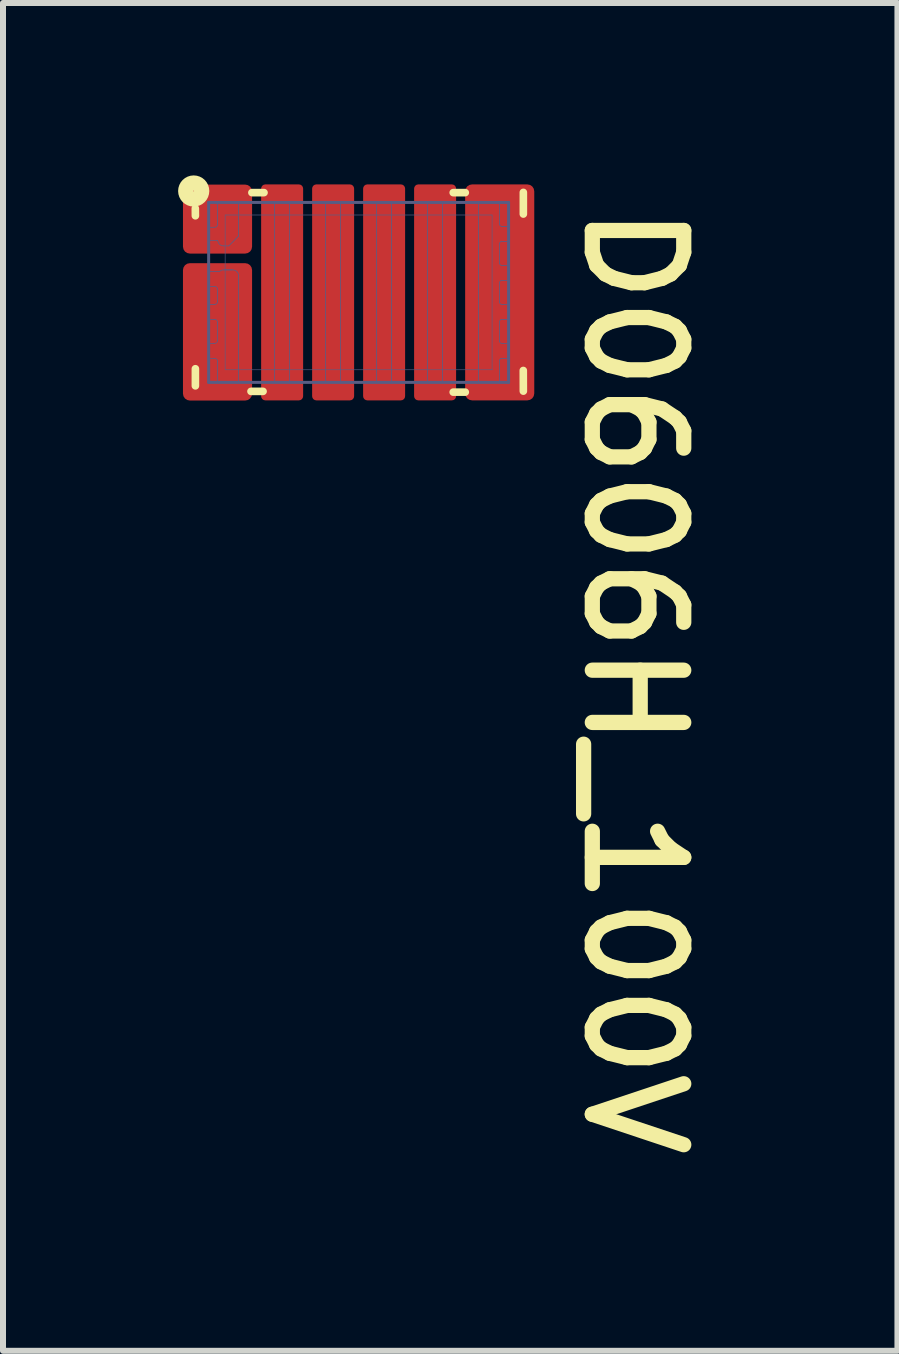
<source format=kicad_pcb>
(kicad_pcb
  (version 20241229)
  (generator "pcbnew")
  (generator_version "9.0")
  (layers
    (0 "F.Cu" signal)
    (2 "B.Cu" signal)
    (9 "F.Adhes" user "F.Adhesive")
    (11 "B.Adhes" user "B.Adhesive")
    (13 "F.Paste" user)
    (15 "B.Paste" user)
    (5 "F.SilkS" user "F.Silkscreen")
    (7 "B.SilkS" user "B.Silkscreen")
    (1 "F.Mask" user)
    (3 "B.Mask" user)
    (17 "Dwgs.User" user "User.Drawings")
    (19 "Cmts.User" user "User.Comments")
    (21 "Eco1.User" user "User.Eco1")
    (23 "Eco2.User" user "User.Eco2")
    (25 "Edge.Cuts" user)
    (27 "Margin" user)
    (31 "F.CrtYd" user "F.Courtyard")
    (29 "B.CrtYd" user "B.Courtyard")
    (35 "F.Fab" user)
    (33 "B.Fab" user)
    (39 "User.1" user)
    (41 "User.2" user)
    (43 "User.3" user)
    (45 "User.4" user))
  (footprint "D0606H_100V"
    (layer "F.Cu")
    (at 2.928 1.824)
    (property "Reference" "D0606H_100V" (at 3.696 -1.562 270) (unlocked yes) (layer "F.SilkS") (effects (font (size 1.524 1.524) (thickness 0.254)) (justify left bottom)))
    (attr smd)
    (fp_poly (pts (xy -2.656 -0.844) (xy -1.984 -0.844) (xy -1.984 -1.106) (xy -2.656 -1.106)) (stroke (width 0.087) (type solid)) (fill yes) (layer "F.Mask"))
    (fp_poly (pts (xy -2.656 -0.094) (xy -1.984 -0.094) (xy -1.984 -0.356) (xy -2.656 -0.356)) (stroke (width 0.087) (type solid)) (fill yes) (layer "F.Mask"))
    (fp_poly (pts (xy -2.656 0.456) (xy -1.984 0.456) (xy -1.984 0.194) (xy -2.656 0.194)) (stroke (width 0.087) (type solid)) (fill yes) (layer "F.Mask"))
    (fp_poly (pts (xy -2.656 1.106) (xy -1.984 1.106) (xy -1.984 0.844) (xy -2.656 0.844)) (stroke (width 0.087) (type solid)) (fill yes) (layer "F.Mask"))
    (fp_poly (pts (xy -1.999 -0.773) (xy -1.999 -1.641) (xy -2.351 -1.641) (xy -2.351 -0.773)) (stroke (width 0.117) (type solid)) (fill yes) (layer "F.Mask"))
    (fp_poly (pts (xy -1.999 1.641) (xy -1.999 -0.316) (xy -2.351 -0.316) (xy -2.351 1.641)) (stroke (width 0.117) (type solid)) (fill yes) (layer "F.Mask"))
    (fp_poly (pts (xy -1.136 1.654) (xy -1.136 -1.654) (xy -1.414 -1.654) (xy -1.414 1.654)) (stroke (width 0.092) (type solid)) (fill yes) (layer "F.Mask"))
    (fp_poly (pts (xy -0.286 1.654) (xy -0.286 -1.654) (xy -0.564 -1.654) (xy -0.564 1.654)) (stroke (width 0.092) (type solid)) (fill yes) (layer "F.Mask"))
    (fp_poly (pts (xy 0.564 1.654) (xy 0.564 -1.654) (xy 0.286 -1.654) (xy 0.286 1.654)) (stroke (width 0.092) (type solid)) (fill yes) (layer "F.Mask"))
    (fp_poly (pts (xy 1.414 1.654) (xy 1.414 -1.654) (xy 1.136 -1.654) (xy 1.136 1.654)) (stroke (width 0.092) (type solid)) (fill yes) (layer "F.Mask"))
    (fp_poly (pts (xy 2.352 1.641) (xy 2.352 -1.641) (xy 1.999 -1.641) (xy 1.999 1.641)) (stroke (width 0.117) (type solid)) (fill yes) (layer "F.Mask"))
    (fp_poly (pts (xy 2.654 -1.114) (xy 1.986 -1.114) (xy 1.986 -0.836) (xy 2.654 -0.836)) (stroke (width 0.092) (type solid)) (fill yes) (layer "F.Mask"))
    (fp_poly (pts (xy 2.654 -0.464) (xy 1.986 -0.464) (xy 1.986 -0.186) (xy 2.654 -0.186)) (stroke (width 0.092) (type solid)) (fill yes) (layer "F.Mask"))
    (fp_poly (pts (xy 2.654 0.186) (xy 1.986 0.186) (xy 1.986 0.464) (xy 2.654 0.464)) (stroke (width 0.092) (type solid)) (fill yes) (layer "F.Mask"))
    (fp_poly (pts (xy 2.654 0.836) (xy 1.986 0.836) (xy 1.986 1.114) (xy 2.654 1.114)) (stroke (width 0.092) (type solid)) (fill yes) (layer "F.Mask"))
    (fp_line (start -2.722 -1.399) (end -2.721 -1.277) (stroke (width 0.127) (type solid)) (layer "F.SilkS"))
    (fp_line (start -2.721 1.273) (end -2.721 1.558) (stroke (width 0.127) (type solid)) (layer "F.SilkS"))
    (fp_line (start -1.794 1.65) (end -1.593 1.65) (stroke (width 0.127) (type solid)) (layer "F.SilkS"))
    (fp_line (start -1.779 -1.663) (end -1.577 -1.663) (stroke (width 0.127) (type solid)) (layer "F.SilkS"))
    (fp_line (start 1.577 -1.663) (end 1.778 -1.663) (stroke (width 0.127) (type solid)) (layer "F.SilkS"))
    (fp_line (start 1.577 1.663) (end 1.778 1.663) (stroke (width 0.127) (type solid)) (layer "F.SilkS"))
    (fp_line (start 2.745 1.302) (end 2.746 1.646) (stroke (width 0.127) (type solid)) (layer "F.SilkS"))
    (fp_line (start 2.746 -1.667) (end 2.746 -1.306) (stroke (width 0.127) (type solid)) (layer "F.SilkS"))
    (fp_circle (center -2.749 -1.69) (end -2.743 -1.69) (stroke (width 0.254) (type solid)) (fill no) (layer "F.SilkS"))
    (fp_poly (pts (xy -2.709 -1.091) (xy -2.709 -0.859) (xy -2.571 -0.859) (xy -2.571 -1.091)) (stroke (width 0.138) (type solid)) (fill yes) (layer "F.Paste"))
    (fp_poly (pts (xy -2.709 -0.342) (xy -2.709 -0.109) (xy -2.571 -0.109) (xy -2.571 -0.342)) (stroke (width 0.138) (type solid)) (fill yes) (layer "F.Paste"))
    (fp_poly (pts (xy -2.709 0.208) (xy -2.709 0.441) (xy -2.571 0.441) (xy -2.571 0.208)) (stroke (width 0.138) (type solid)) (fill yes) (layer "F.Paste"))
    (fp_poly (pts (xy -2.709 0.858) (xy -2.709 1.091) (xy -2.571 1.091) (xy -2.571 0.858)) (stroke (width 0.138) (type solid)) (fill yes) (layer "F.Paste"))
    (fp_poly (pts (xy -2.223 -1.604) (xy -2.223 -0.829) (xy -2.023 -0.829) (xy -2.023 -1.604)) (stroke (width 0.2) (type solid)) (fill yes) (layer "F.Paste"))
    (fp_poly (pts (xy -2.223 -0.3) (xy -2.223 0.4) (xy -2.022 0.4) (xy -2.022 -0.3)) (stroke (width 0.2) (type solid)) (fill yes) (layer "F.Paste"))
    (fp_poly (pts (xy -2.223 0.8) (xy -2.223 1.6) (xy -2.022 1.6) (xy -2.022 0.8)) (stroke (width 0.2) (type solid)) (fill yes) (layer "F.Paste"))
    (fp_poly (pts (xy -1.21 -0.265) (xy -1.21 -1.635) (xy -1.34 -1.635) (xy -1.34 -0.265)) (stroke (width 0.13) (type solid)) (fill yes) (layer "F.Paste"))
    (fp_poly (pts (xy -1.21 1.635) (xy -1.21 0.265) (xy -1.34 0.265) (xy -1.34 1.635)) (stroke (width 0.13) (type solid)) (fill yes) (layer "F.Paste"))
    (fp_poly (pts (xy -0.36 -0.265) (xy -0.36 -1.635) (xy -0.49 -1.635) (xy -0.49 -0.265)) (stroke (width 0.13) (type solid)) (fill yes) (layer "F.Paste"))
    (fp_poly (pts (xy -0.36 1.635) (xy -0.36 0.265) (xy -0.49 0.265) (xy -0.49 1.635)) (stroke (width 0.13) (type solid)) (fill yes) (layer "F.Paste"))
    (fp_poly (pts (xy 0.49 -0.265) (xy 0.49 -1.635) (xy 0.36 -1.635) (xy 0.36 -0.265)) (stroke (width 0.13) (type solid)) (fill yes) (layer "F.Paste"))
    (fp_poly (pts (xy 0.49 1.635) (xy 0.49 0.265) (xy 0.36 0.265) (xy 0.36 1.635)) (stroke (width 0.13) (type solid)) (fill yes) (layer "F.Paste"))
    (fp_poly (pts (xy 1.34 -0.265) (xy 1.34 -1.635) (xy 1.21 -1.635) (xy 1.21 -0.265)) (stroke (width 0.13) (type solid)) (fill yes) (layer "F.Paste"))
    (fp_poly (pts (xy 1.34 1.635) (xy 1.34 0.265) (xy 1.21 0.265) (xy 1.21 1.635)) (stroke (width 0.13) (type solid)) (fill yes) (layer "F.Paste"))
    (fp_poly (pts (xy 2.223 -0.8) (xy 2.223 -1.6) (xy 2.023 -1.6) (xy 2.023 -0.8)) (stroke (width 0.2) (type solid)) (fill yes) (layer "F.Paste"))
    (fp_poly (pts (xy 2.223 0.4) (xy 2.223 -0.4) (xy 2.023 -0.4) (xy 2.023 0.4)) (stroke (width 0.2) (type solid)) (fill yes) (layer "F.Paste"))
    (fp_poly (pts (xy 2.223 1.6) (xy 2.223 0.8) (xy 2.023 0.8) (xy 2.023 1.6)) (stroke (width 0.2) (type solid)) (fill yes) (layer "F.Paste"))
    (fp_poly (pts (xy 2.709 -0.859) (xy 2.709 -1.091) (xy 2.571 -1.091) (xy 2.571 -0.859)) (stroke (width 0.138) (type solid)) (fill yes) (layer "F.Paste"))
    (fp_poly (pts (xy 2.709 -0.209) (xy 2.709 -0.441) (xy 2.571 -0.441) (xy 2.571 -0.209)) (stroke (width 0.138) (type solid)) (fill yes) (layer "F.Paste"))
    (fp_poly (pts (xy 2.709 0.441) (xy 2.709 0.209) (xy 2.571 0.209) (xy 2.571 0.441)) (stroke (width 0.138) (type solid)) (fill yes) (layer "F.Paste"))
    (fp_poly (pts (xy 2.709 1.091) (xy 2.709 0.859) (xy 2.571 0.859) (xy 2.571 1.091)) (stroke (width 0.138) (type solid)) (fill yes) (layer "F.Paste"))
    (fp_line (start -2.5 -1.5) (end -2.5 1.5) (stroke (width 0.05) (type solid)) (layer "B.Fab"))
    (fp_line (start -2.5 -1.5) (end 2.5 -1.5) (stroke (width 0.05) (type solid)) (layer "B.Fab"))
    (fp_line (start -2.5 -1.085) (end -2.5 -0.865) (stroke (width 0.013) (type solid)) (layer "B.Fab"))
    (fp_line (start -2.5 -1.085) (end -2.4 -1.085) (stroke (width 0.013) (type solid)) (layer "B.Fab"))
    (fp_line (start -2.5 -0.865) (end -2.349 -0.865) (stroke (width 0.013) (type solid)) (layer "B.Fab"))
    (fp_line (start -2.5 0.2) (end -2.5 0.45) (stroke (width 0.013) (type solid)) (layer "B.Fab"))
    (fp_line (start -2.5 0.2) (end -2.4 0.2) (stroke (width 0.013) (type solid)) (layer "B.Fab"))
    (fp_line (start -2.5 0.45) (end -2.4 0.45) (stroke (width 0.013) (type solid)) (layer "B.Fab"))
    (fp_line (start -2.5 0.85) (end -2.5 1.1) (stroke (width 0.013) (type solid)) (layer "B.Fab"))
    (fp_line (start -2.5 0.85) (end -2.4 0.85) (stroke (width 0.013) (type solid)) (layer "B.Fab"))
    (fp_line (start -2.5 1.1) (end -2.4 1.1) (stroke (width 0.013) (type solid)) (layer "B.Fab"))
    (fp_line (start -2.5 1.5) (end 2.5 1.5) (stroke (width 0.05) (type solid)) (layer "B.Fab"))
    (fp_line (start -2.5 -0.35) (end -2.5 -0.1) (stroke (width 0.013) (type solid)) (layer "B.Fab"))
    (fp_line (start -2.5 -0.35) (end -2.316 -0.35) (stroke (width 0.013) (type solid)) (layer "B.Fab"))
    (fp_line (start -2.5 -0.1) (end -2.4 -0.1) (stroke (width 0.013) (type solid)) (layer "B.Fab"))
    (fp_line (start -2.35 -1.5) (end -2.35 -1.135) (stroke (width 0.013) (type solid)) (layer "B.Fab"))
    (fp_line (start -2.35 -1.5) (end -2 -1.5) (stroke (width 0.013) (type solid)) (layer "B.Fab"))
    (fp_line (start -2.35 -0.05) (end -2.35 0.15) (stroke (width 0.013) (type solid)) (layer "B.Fab"))
    (fp_line (start -2.35 0.5) (end -2.35 0.8) (stroke (width 0.013) (type solid)) (layer "B.Fab"))
    (fp_line (start -2.35 1.15) (end -2.35 1.5) (stroke (width 0.013) (type solid)) (layer "B.Fab"))
    (fp_line (start -2.35 1.5) (end -2 1.5) (stroke (width 0.013) (type solid)) (layer "B.Fab"))
    (fp_line (start -2.325 -1.5) (end -2.025 -1.5) (stroke (width 0.013) (type solid)) (layer "B.Fab"))
    (fp_line (start -2.325 1.5) (end -2.025 1.5) (stroke (width 0.013) (type solid)) (layer "B.Fab"))
    (fp_line (start -2.325 1.5) (end -2.025 1.5) (stroke (width 0.013) (type solid)) (layer "B.Fab"))
    (fp_line (start -2.25 -0.775) (end -2.165 -0.775) (stroke (width 0.013) (type solid)) (layer "B.Fab"))
    (fp_line (start -2.25 -0.375) (end -2.1 -0.375) (stroke (width 0.013) (type solid)) (layer "B.Fab"))
    (fp_line (start -2.235 -0.375) (end -2.115 -0.375) (stroke (width 0.013) (type solid)) (layer "B.Fab"))
    (fp_line (start -2.225 -1.29) (end -2.225 1.29) (stroke (width 0.01) (type solid)) (layer "B.Fab"))
    (fp_line (start -2.225 -1.29) (end 2.225 -1.29) (stroke (width 0.01) (type solid)) (layer "B.Fab"))
    (fp_line (start -2.225 1.29) (end 2.225 1.29) (stroke (width 0.01) (type solid)) (layer "B.Fab"))
    (fp_line (start -2 -1.5) (end -2 -0.94) (stroke (width 0.013) (type solid)) (layer "B.Fab"))
    (fp_line (start -2 -0.94) (end -2.165 -0.775) (stroke (width 0.013) (type solid)) (layer "B.Fab"))
    (fp_line (start -2 -0.275) (end -2 1.5) (stroke (width 0.013) (type solid)) (layer "B.Fab"))
    (fp_line (start -1.4 -1.5) (end -1.4 1.5) (stroke (width 0.013) (type solid)) (layer "B.Fab"))
    (fp_line (start -1.4 -1.5) (end -1.15 -1.5) (stroke (width 0.013) (type solid)) (layer "B.Fab"))
    (fp_line (start -1.4 1.5) (end -1.15 1.5) (stroke (width 0.013) (type solid)) (layer "B.Fab"))
    (fp_line (start -1.15 -1.5) (end -1.15 1.5) (stroke (width 0.013) (type solid)) (layer "B.Fab"))
    (fp_line (start -0.55 -1.5) (end -0.55 1.5) (stroke (width 0.013) (type solid)) (layer "B.Fab"))
    (fp_line (start -0.55 -1.5) (end -0.3 -1.5) (stroke (width 0.013) (type solid)) (layer "B.Fab"))
    (fp_line (start -0.55 1.5) (end -0.3 1.5) (stroke (width 0.013) (type solid)) (layer "B.Fab"))
    (fp_line (start -0.3 -1.5) (end -0.3 1.5) (stroke (width 0.013) (type solid)) (layer "B.Fab"))
    (fp_line (start 0.3 -1.5) (end 0.3 1.5) (stroke (width 0.013) (type solid)) (layer "B.Fab"))
    (fp_line (start 0.3 -1.5) (end 0.55 -1.5) (stroke (width 0.013) (type solid)) (layer "B.Fab"))
    (fp_line (start 0.3 1.5) (end 0.55 1.5) (stroke (width 0.013) (type solid)) (layer "B.Fab"))
    (fp_line (start 0.55 -1.5) (end 0.55 1.5) (stroke (width 0.013) (type solid)) (layer "B.Fab"))
    (fp_line (start 1.15 -1.5) (end 1.15 1.5) (stroke (width 0.013) (type solid)) (layer "B.Fab"))
    (fp_line (start 1.15 -1.5) (end 1.4 -1.5) (stroke (width 0.013) (type solid)) (layer "B.Fab"))
    (fp_line (start 1.15 1.5) (end 1.4 1.5) (stroke (width 0.013) (type solid)) (layer "B.Fab"))
    (fp_line (start 1.4 -1.5) (end 1.4 1.5) (stroke (width 0.013) (type solid)) (layer "B.Fab"))
    (fp_line (start 2 -1.5) (end 2 1.5) (stroke (width 0.013) (type solid)) (layer "B.Fab"))
    (fp_line (start 2 -1.5) (end 2.35 -1.5) (stroke (width 0.013) (type solid)) (layer "B.Fab"))
    (fp_line (start 2 1.5) (end 2.35 1.5) (stroke (width 0.013) (type solid)) (layer "B.Fab"))
    (fp_line (start 2.225 -1.29) (end 2.225 1.29) (stroke (width 0.01) (type solid)) (layer "B.Fab"))
    (fp_line (start 2.35 -1.5) (end 2.35 -1.135) (stroke (width 0.013) (type solid)) (layer "B.Fab"))
    (fp_line (start 2.35 -0.815) (end 2.35 -0.485) (stroke (width 0.013) (type solid)) (layer "B.Fab"))
    (fp_line (start 2.35 -0.165) (end 2.35 0.165) (stroke (width 0.013) (type solid)) (layer "B.Fab"))
    (fp_line (start 2.35 0.485) (end 2.35 0.815) (stroke (width 0.013) (type solid)) (layer "B.Fab"))
    (fp_line (start 2.35 1.135) (end 2.35 1.5) (stroke (width 0.013) (type solid)) (layer "B.Fab"))
    (fp_line (start 2.385 -1.1) (end 2.5 -1.1) (stroke (width 0.013) (type solid)) (layer "B.Fab"))
    (fp_line (start 2.385 -0.85) (end 2.5 -0.85) (stroke (width 0.013) (type solid)) (layer "B.Fab"))
    (fp_line (start 2.385 -0.45) (end 2.5 -0.45) (stroke (width 0.013) (type solid)) (layer "B.Fab"))
    (fp_line (start 2.385 -0.2) (end 2.5 -0.2) (stroke (width 0.013) (type solid)) (layer "B.Fab"))
    (fp_line (start 2.385 0.2) (end 2.5 0.2) (stroke (width 0.013) (type solid)) (layer "B.Fab"))
    (fp_line (start 2.385 0.45) (end 2.5 0.45) (stroke (width 0.013) (type solid)) (layer "B.Fab"))
    (fp_line (start 2.385 0.85) (end 2.5 0.85) (stroke (width 0.013) (type solid)) (layer "B.Fab"))
    (fp_line (start 2.385 1.1) (end 2.5 1.1) (stroke (width 0.013) (type solid)) (layer "B.Fab"))
    (fp_line (start 2.5 -1.5) (end 2.5 1.5) (stroke (width 0.05) (type solid)) (layer "B.Fab"))
    (fp_line (start 2.5 -1.1) (end 2.5 -0.85) (stroke (width 0.013) (type solid)) (layer "B.Fab"))
    (fp_line (start 2.5 -0.45) (end 2.5 -0.2) (stroke (width 0.013) (type solid)) (layer "B.Fab"))
    (fp_line (start 2.5 0.2) (end 2.5 0.45) (stroke (width 0.013) (type solid)) (layer "B.Fab"))
    (fp_line (start 2.5 0.85) (end 2.5 1.1) (stroke (width 0.013) (type solid)) (layer "B.Fab"))
    (fp_arc (start -2.4 -0.1) (mid -2.364645 -0.085355) (end -2.35 -0.05) (stroke (width 0.0127) (type solid)) (layer "B.Fab"))
    (fp_arc (start -2.4 0.45) (mid -2.364645 0.464645) (end -2.35 0.5) (stroke (width 0.0127) (type solid)) (layer "B.Fab"))
    (fp_arc (start -2.4 1.1) (mid -2.364645 1.114645) (end -2.35 1.15) (stroke (width 0.0127) (type solid)) (layer "B.Fab"))
    (fp_arc (start -2.35 -1.135) (mid -2.364645 -1.099645) (end -2.4 -1.085) (stroke (width 0.0127) (type solid)) (layer "B.Fab"))
    (fp_arc (start -2.35 0.15) (mid -2.364645 0.185355) (end -2.4 0.2) (stroke (width 0.0127) (type solid)) (layer "B.Fab"))
    (fp_arc (start -2.35 0.8) (mid -2.364645 0.835355) (end -2.4 0.85) (stroke (width 0.0127) (type solid)) (layer "B.Fab"))
    (fp_arc (start -2.316145 -0.349999) (mid -2.285357 -0.368541) (end -2.250002 -0.375) (stroke (width 0.0127) (type solid)) (layer "B.Fab"))
    (fp_arc (start -2.250001 -0.775) (mid -2.317083 -0.800839) (end -2.349499 -0.865001) (stroke (width 0.0127) (type solid)) (layer "B.Fab"))
    (fp_arc (start -2.1 -0.375) (mid -2.029289 -0.345711) (end -2 -0.275) (stroke (width 0.0127) (type solid)) (layer "B.Fab"))
    (fp_arc (start 2.35 -0.814999) (mid 2.360251 -0.839748) (end 2.384999 -0.85) (stroke (width 0.0127) (type solid)) (layer "B.Fab"))
    (fp_arc (start 2.35 -0.165) (mid 2.360251 -0.189749) (end 2.385 -0.2) (stroke (width 0.0127) (type solid)) (layer "B.Fab"))
    (fp_arc (start 2.35 0.485001) (mid 2.360251 0.460252) (end 2.384999 0.45) (stroke (width 0.0127) (type solid)) (layer "B.Fab"))
    (fp_arc (start 2.35 1.135) (mid 2.360251 1.110251) (end 2.385 1.1) (stroke (width 0.0127) (type solid)) (layer "B.Fab"))
    (fp_arc (start 2.384999 -0.45) (mid 2.360251 -0.460252) (end 2.35 -0.485001) (stroke (width 0.0127) (type solid)) (layer "B.Fab"))
    (fp_arc (start 2.384999 0.85) (mid 2.360251 0.839748) (end 2.35 0.814999) (stroke (width 0.0127) (type solid)) (layer "B.Fab"))
    (fp_arc (start 2.385 -1.1) (mid 2.360251 -1.110251) (end 2.35 -1.135) (stroke (width 0.0127) (type solid)) (layer "B.Fab"))
    (fp_arc (start 2.385 0.2) (mid 2.360251 0.189749) (end 2.35 0.165) (stroke (width 0.0127) (type solid)) (layer "B.Fab"))
    (pad "1" smd roundrect (at -2.352 -1.222) (size 1.152 1.15) (layers "F.Cu" "F.Mask" "F.Paste") (roundrect_rratio 0.1))
    (pad "2" smd roundrect (at -2.352 0.658) (size 1.152 2.29) (layers "F.Cu" "F.Mask" "F.Paste") (roundrect_rratio 0.1))
    (pad "3" smd roundrect (at -1.275 0) (size 0.7 3.6) (layers "F.Cu" "F.Mask" "F.Paste") (roundrect_rratio 0.1))
    (pad "4" smd roundrect (at -0.425 0) (size 0.7 3.6) (layers "F.Cu" "F.Mask" "F.Paste") (roundrect_rratio 0.1))
    (pad "5" smd roundrect (at 0.425 0) (size 0.7 3.6) (layers "F.Cu" "F.Mask" "F.Paste") (roundrect_rratio 0.1))
    (pad "6" smd roundrect (at 1.275 0) (size 0.7 3.6) (layers "F.Cu" "F.Mask" "F.Paste") (roundrect_rratio 0.1))
    (pad "7" smd roundrect (at 2.352 0) (size 1.152 3.6) (layers "F.Cu" "F.Mask" "F.Paste") (roundrect_rratio 0.1)))
  (gr_rect
    (start -3 -3)
    (end 11.91 19.467)
    (stroke (width 0.1) (type default))
    (fill no)
    (layer "Edge.Cuts")))
</source>
